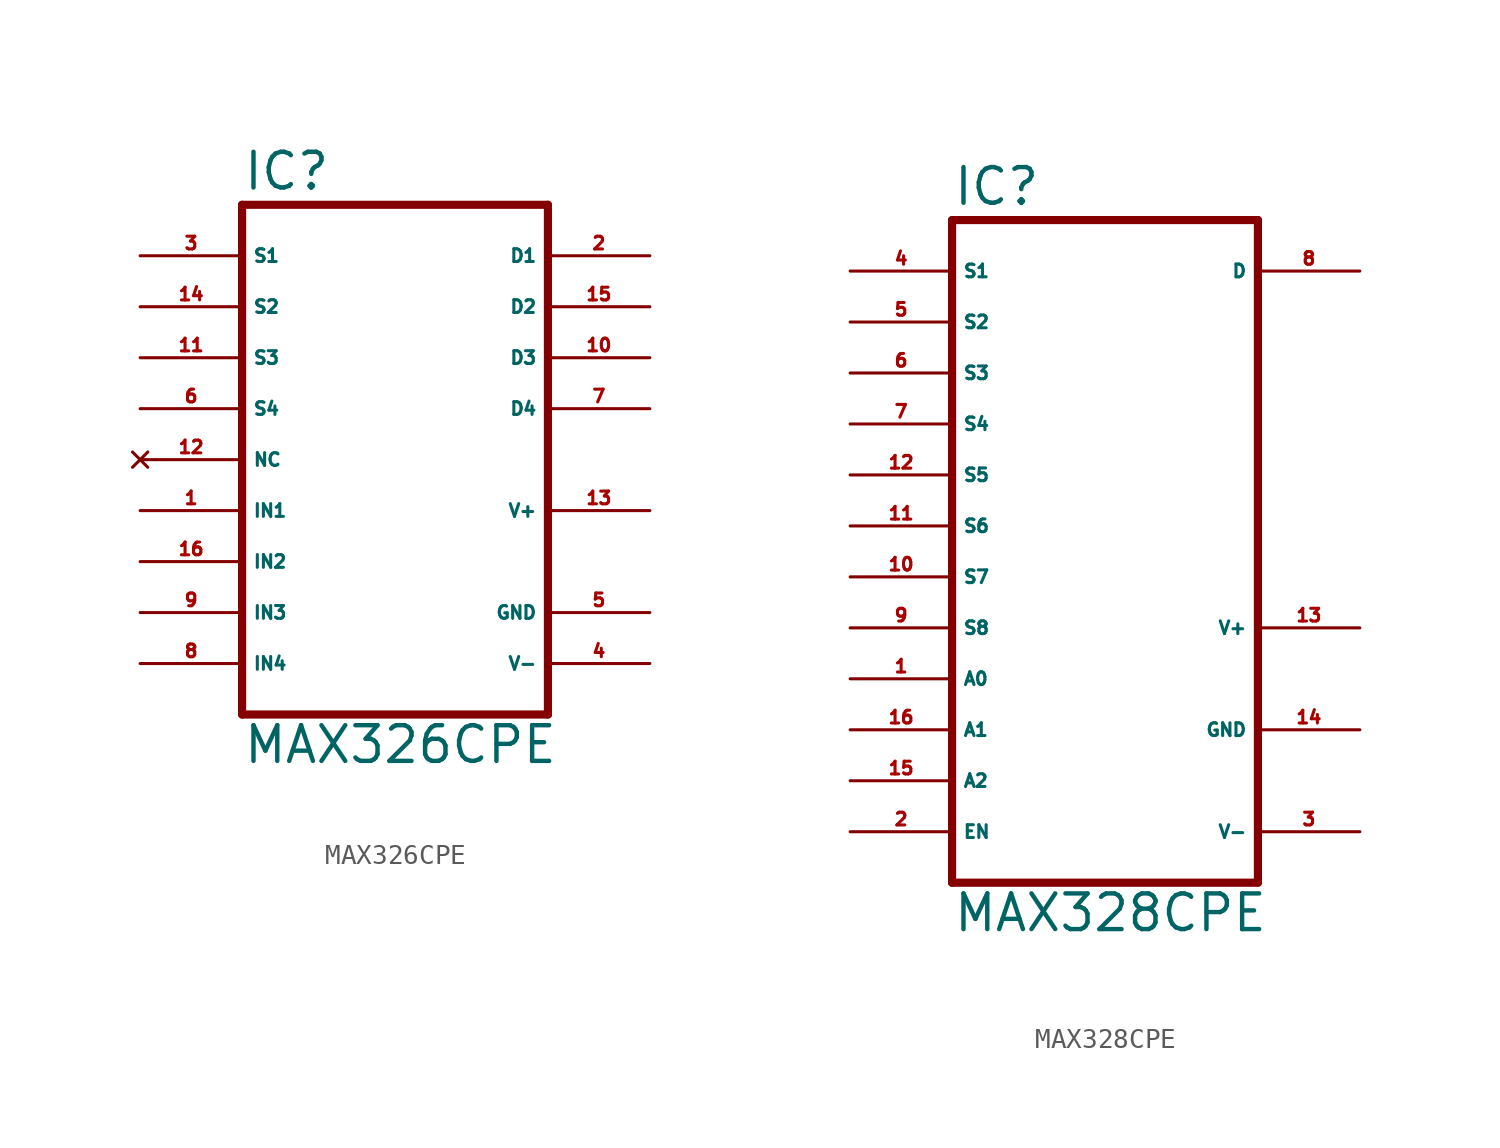
<source format=kicad_sym>
(kicad_symbol_lib
  (version 20220914)
  (generator Eagle2Kicad)
  (symbol "MAX326CPE"
    (property "Reference" "IC"
      (at -7.62 13.335 0)
      (effects (font (size 1.778 1.778) (thickness 0.22)) (justify left bottom)))
    (property "Value" "MAX326CPE"
      (at -7.62 -15.24 0)
      (effects (font (size 1.778 1.778) (thickness 0.22)) (justify left bottom)))
    (polyline
      (pts (xy 7.62 -12.7) (xy -7.62 -12.7))
      (stroke (width 0.406) (type default))
      (fill (type none)))
    (polyline
      (pts (xy -7.62 12.7) (xy -7.62 -12.7))
      (stroke (width 0.406) (type default))
      (fill (type none)))
    (polyline
      (pts (xy -7.62 12.7) (xy 7.62 12.7))
      (stroke (width 0.406) (type default))
      (fill (type none)))
    (polyline
      (pts (xy 7.62 -12.7) (xy 7.62 12.7))
      (stroke (width 0.406) (type default))
      (fill (type none)))
    (pin input line
      (at -12.7 -2.54 0)
      (length 5.08)
      (name "IN1" (effects (font (size 0.635 0.635) (thickness 0.08)) (justify left bottom)))
      (number "1" (effects (font (size 0.635 0.635) (thickness 0.08)) (justify left bottom))))
    (pin input line
      (at -12.7 -5.08 0)
      (length 5.08)
      (name "IN2" (effects (font (size 0.635 0.635) (thickness 0.08)) (justify left bottom)))
      (number "16" (effects (font (size 0.635 0.635) (thickness 0.08)) (justify left bottom))))
    (pin input line
      (at -12.7 -7.62 0)
      (length 5.08)
      (name "IN3" (effects (font (size 0.635 0.635) (thickness 0.08)) (justify left bottom)))
      (number "9" (effects (font (size 0.635 0.635) (thickness 0.08)) (justify left bottom))))
    (pin input line
      (at -12.7 -10.16 0)
      (length 5.08)
      (name "IN4" (effects (font (size 0.635 0.635) (thickness 0.08)) (justify left bottom)))
      (number "8" (effects (font (size 0.635 0.635) (thickness 0.08)) (justify left bottom))))
    (pin passive line
      (at -12.7 10.16 0)
      (length 5.08)
      (name "S1" (effects (font (size 0.635 0.635) (thickness 0.08)) (justify left bottom)))
      (number "3" (effects (font (size 0.635 0.635) (thickness 0.08)) (justify left bottom))))
    (pin passive line
      (at -12.7 7.62 0)
      (length 5.08)
      (name "S2" (effects (font (size 0.635 0.635) (thickness 0.08)) (justify left bottom)))
      (number "14" (effects (font (size 0.635 0.635) (thickness 0.08)) (justify left bottom))))
    (pin passive line
      (at -12.7 5.08 0)
      (length 5.08)
      (name "S3" (effects (font (size 0.635 0.635) (thickness 0.08)) (justify left bottom)))
      (number "11" (effects (font (size 0.635 0.635) (thickness 0.08)) (justify left bottom))))
    (pin passive line
      (at -12.7 2.54 0)
      (length 5.08)
      (name "S4" (effects (font (size 0.635 0.635) (thickness 0.08)) (justify left bottom)))
      (number "6" (effects (font (size 0.635 0.635) (thickness 0.08)) (justify left bottom))))
    (pin passive line
      (at 12.7 10.16 180)
      (length 5.08)
      (name "D1" (effects (font (size 0.635 0.635) (thickness 0.08)) (justify left bottom)))
      (number "2" (effects (font (size 0.635 0.635) (thickness 0.08)) (justify left bottom))))
    (pin passive line
      (at 12.7 7.62 180)
      (length 5.08)
      (name "D2" (effects (font (size 0.635 0.635) (thickness 0.08)) (justify left bottom)))
      (number "15" (effects (font (size 0.635 0.635) (thickness 0.08)) (justify left bottom))))
    (pin passive line
      (at 12.7 5.08 180)
      (length 5.08)
      (name "D3" (effects (font (size 0.635 0.635) (thickness 0.08)) (justify left bottom)))
      (number "10" (effects (font (size 0.635 0.635) (thickness 0.08)) (justify left bottom))))
    (pin passive line
      (at 12.7 2.54 180)
      (length 5.08)
      (name "D4" (effects (font (size 0.635 0.635) (thickness 0.08)) (justify left bottom)))
      (number "7" (effects (font (size 0.635 0.635) (thickness 0.08)) (justify left bottom))))
    (pin no_connect line
      (at -12.7 0 0)
      (length 5.08)
      (name "NC" (effects (font (size 0.635 0.635) (thickness 0.08)) (justify left bottom) hide))
      (number "12" (effects (font (size 0.635 0.635) (thickness 0.08)) (justify left bottom) hide)))
    (pin unspecified line
      (at 12.7 -7.62 180)
      (length 5.08)
      (name "GND" (effects (font (size 0.635 0.635) (thickness 0.08)) (justify left bottom)))
      (number "5" (effects (font (size 0.635 0.635) (thickness 0.08)) (justify left bottom))))
    (pin unspecified line
      (at 12.7 -10.16 180)
      (length 5.08)
      (name "V-" (effects (font (size 0.635 0.635) (thickness 0.08)) (justify left bottom)))
      (number "4" (effects (font (size 0.635 0.635) (thickness 0.08)) (justify left bottom))))
    (pin unspecified line
      (at 12.7 -2.54 180)
      (length 5.08)
      (name "V+" (effects (font (size 0.635 0.635) (thickness 0.08)) (justify left bottom)))
      (number "13" (effects (font (size 0.635 0.635) (thickness 0.08)) (justify left bottom)))))
  (symbol "MAX328CPE"
    (property "Reference" "IC"
      (at -7.62 18.415 0)
      (effects (font (size 1.778 1.778) (thickness 0.22)) (justify left bottom)))
    (property "Value" "MAX328CPE"
      (at -7.62 -17.78 0)
      (effects (font (size 1.778 1.778) (thickness 0.22)) (justify left bottom)))
    (polyline
      (pts (xy -7.62 -15.24) (xy 7.62 -15.24))
      (stroke (width 0.406) (type default))
      (fill (type none)))
    (polyline
      (pts (xy 7.62 17.78) (xy 7.62 -15.24))
      (stroke (width 0.406) (type default))
      (fill (type none)))
    (polyline
      (pts (xy 7.62 17.78) (xy -7.62 17.78))
      (stroke (width 0.406) (type default))
      (fill (type none)))
    (polyline
      (pts (xy -7.62 -15.24) (xy -7.62 17.78))
      (stroke (width 0.406) (type default))
      (fill (type none)))
    (pin passive line
      (at -12.7 15.24 0)
      (length 5.08)
      (name "S1" (effects (font (size 0.635 0.635) (thickness 0.08)) (justify left bottom)))
      (number "4" (effects (font (size 0.635 0.635) (thickness 0.08)) (justify left bottom))))
    (pin passive line
      (at -12.7 12.7 0)
      (length 5.08)
      (name "S2" (effects (font (size 0.635 0.635) (thickness 0.08)) (justify left bottom)))
      (number "5" (effects (font (size 0.635 0.635) (thickness 0.08)) (justify left bottom))))
    (pin passive line
      (at -12.7 10.16 0)
      (length 5.08)
      (name "S3" (effects (font (size 0.635 0.635) (thickness 0.08)) (justify left bottom)))
      (number "6" (effects (font (size 0.635 0.635) (thickness 0.08)) (justify left bottom))))
    (pin passive line
      (at -12.7 7.62 0)
      (length 5.08)
      (name "S4" (effects (font (size 0.635 0.635) (thickness 0.08)) (justify left bottom)))
      (number "7" (effects (font (size 0.635 0.635) (thickness 0.08)) (justify left bottom))))
    (pin passive line
      (at -12.7 5.08 0)
      (length 5.08)
      (name "S5" (effects (font (size 0.635 0.635) (thickness 0.08)) (justify left bottom)))
      (number "12" (effects (font (size 0.635 0.635) (thickness 0.08)) (justify left bottom))))
    (pin passive line
      (at -12.7 2.54 0)
      (length 5.08)
      (name "S6" (effects (font (size 0.635 0.635) (thickness 0.08)) (justify left bottom)))
      (number "11" (effects (font (size 0.635 0.635) (thickness 0.08)) (justify left bottom))))
    (pin passive line
      (at -12.7 0 0)
      (length 5.08)
      (name "S7" (effects (font (size 0.635 0.635) (thickness 0.08)) (justify left bottom)))
      (number "10" (effects (font (size 0.635 0.635) (thickness 0.08)) (justify left bottom))))
    (pin passive line
      (at -12.7 -2.54 0)
      (length 5.08)
      (name "S8" (effects (font (size 0.635 0.635) (thickness 0.08)) (justify left bottom)))
      (number "9" (effects (font (size 0.635 0.635) (thickness 0.08)) (justify left bottom))))
    (pin input line
      (at -12.7 -5.08 0)
      (length 5.08)
      (name "A0" (effects (font (size 0.635 0.635) (thickness 0.08)) (justify left bottom)))
      (number "1" (effects (font (size 0.635 0.635) (thickness 0.08)) (justify left bottom))))
    (pin input line
      (at -12.7 -7.62 0)
      (length 5.08)
      (name "A1" (effects (font (size 0.635 0.635) (thickness 0.08)) (justify left bottom)))
      (number "16" (effects (font (size 0.635 0.635) (thickness 0.08)) (justify left bottom))))
    (pin input line
      (at -12.7 -10.16 0)
      (length 5.08)
      (name "A2" (effects (font (size 0.635 0.635) (thickness 0.08)) (justify left bottom)))
      (number "15" (effects (font (size 0.635 0.635) (thickness 0.08)) (justify left bottom))))
    (pin input line
      (at -12.7 -12.7 0)
      (length 5.08)
      (name "EN" (effects (font (size 0.635 0.635) (thickness 0.08)) (justify left bottom)))
      (number "2" (effects (font (size 0.635 0.635) (thickness 0.08)) (justify left bottom))))
    (pin passive line
      (at 12.7 15.24 180)
      (length 5.08)
      (name "D" (effects (font (size 0.635 0.635) (thickness 0.08)) (justify left bottom)))
      (number "8" (effects (font (size 0.635 0.635) (thickness 0.08)) (justify left bottom))))
    (pin unspecified line
      (at 12.7 -7.62 180)
      (length 5.08)
      (name "GND" (effects (font (size 0.635 0.635) (thickness 0.08)) (justify left bottom)))
      (number "14" (effects (font (size 0.635 0.635) (thickness 0.08)) (justify left bottom))))
    (pin unspecified line
      (at 12.7 -12.7 180)
      (length 5.08)
      (name "V-" (effects (font (size 0.635 0.635) (thickness 0.08)) (justify left bottom)))
      (number "3" (effects (font (size 0.635 0.635) (thickness 0.08)) (justify left bottom))))
    (pin unspecified line
      (at 12.7 -2.54 180)
      (length 5.08)
      (name "V+" (effects (font (size 0.635 0.635) (thickness 0.08)) (justify left bottom)))
      (number "13" (effects (font (size 0.635 0.635) (thickness 0.08)) (justify left bottom))))))
</source>
